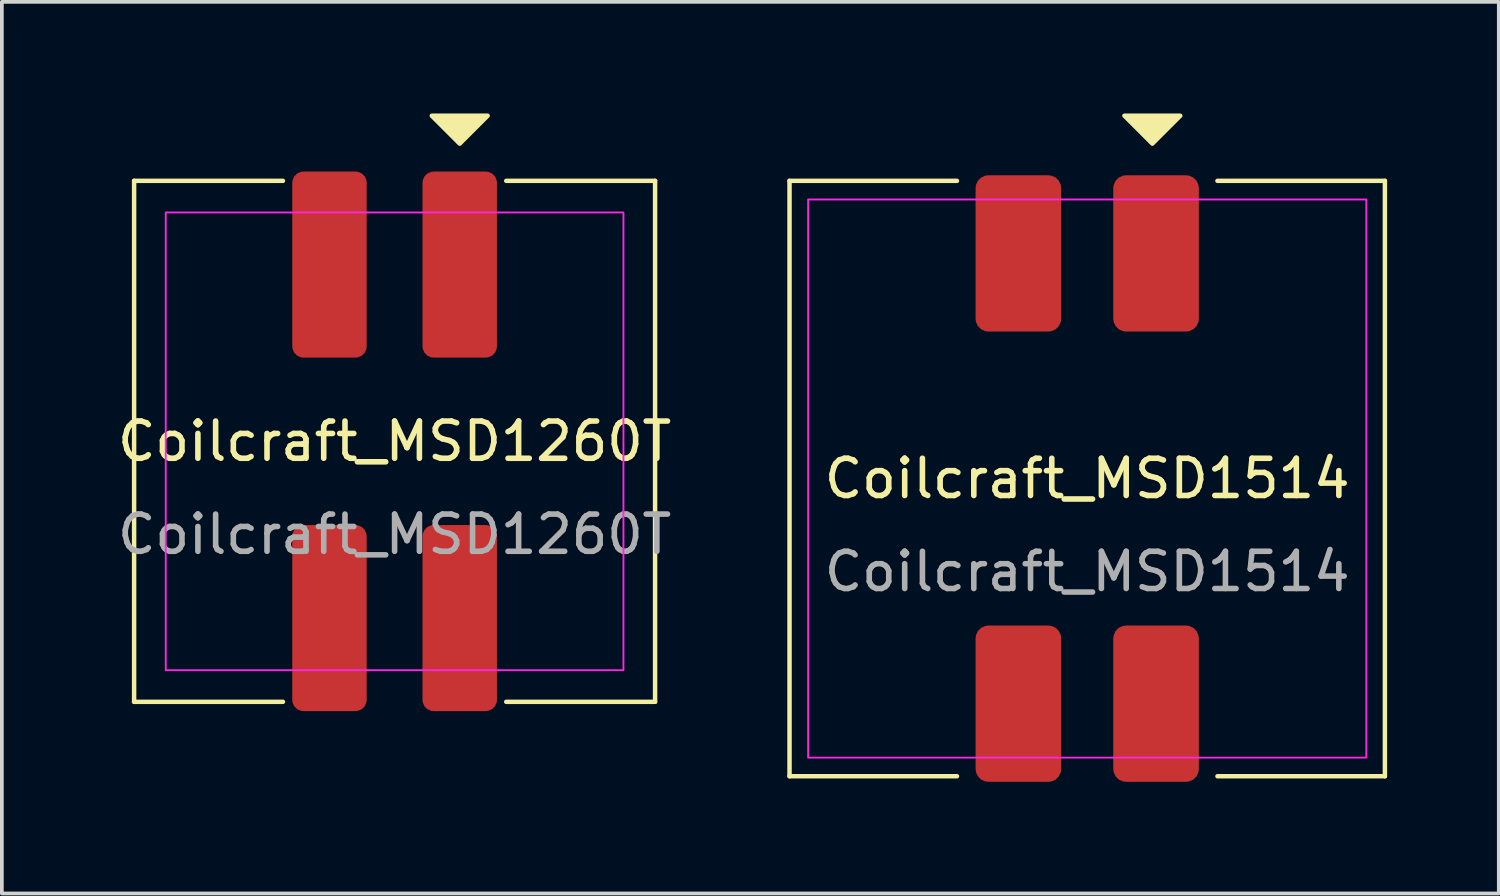
<source format=kicad_pcb>
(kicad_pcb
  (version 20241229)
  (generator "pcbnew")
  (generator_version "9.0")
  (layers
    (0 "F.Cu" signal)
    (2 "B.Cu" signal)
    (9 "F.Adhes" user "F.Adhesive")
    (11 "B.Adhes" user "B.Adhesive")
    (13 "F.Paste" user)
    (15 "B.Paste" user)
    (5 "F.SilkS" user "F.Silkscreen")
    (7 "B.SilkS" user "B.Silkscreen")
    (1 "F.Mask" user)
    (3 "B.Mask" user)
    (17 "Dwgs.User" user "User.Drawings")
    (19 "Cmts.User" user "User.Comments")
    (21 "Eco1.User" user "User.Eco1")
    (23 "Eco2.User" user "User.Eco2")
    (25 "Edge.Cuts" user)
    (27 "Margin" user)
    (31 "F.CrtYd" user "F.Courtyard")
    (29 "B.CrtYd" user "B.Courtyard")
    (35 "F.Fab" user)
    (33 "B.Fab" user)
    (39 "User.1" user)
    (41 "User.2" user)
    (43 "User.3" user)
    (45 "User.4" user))
  (footprint "Coilcraft_MSD1514"
    (layer "F.Cu")
    (at 26.167 9.81)
    (property "Reference" "Coilcraft_MSD1514" (at 0 0 0) (unlocked yes) (layer "F.SilkS") (effects (font (size 1 1) (thickness 0.15))))
    (attr smd)
    (fp_line (start -8 -8) (end -8 8) (stroke (width 0.12) (type default)) (layer "F.SilkS"))
    (fp_line (start -8 8) (end -3.5 8) (stroke (width 0.12) (type default)) (layer "F.SilkS"))
    (fp_line (start -3.5 -8) (end -8 -8) (stroke (width 0.12) (type default)) (layer "F.SilkS"))
    (fp_line (start 3.5 8) (end 8 8) (stroke (width 0.12) (type default)) (layer "F.SilkS"))
    (fp_line (start 8 -8) (end 3.5 -8) (stroke (width 0.12) (type default)) (layer "F.SilkS"))
    (fp_line (start 8 8) (end 8 -8) (stroke (width 0.12) (type default)) (layer "F.SilkS"))
    (fp_poly (pts (xy 1.75 -9) (xy 1 -9.75) (xy 2.5 -9.75)) (stroke (width 0.12) (type solid)) (fill yes) (layer "F.SilkS"))
    (fp_rect (start -7.5 -7.5) (end 7.5 7.5) (stroke (width 0.05) (type default)) (fill no) (layer "F.CrtYd"))
    (fp_text user "${REFERENCE}" (at 0 2.5 0) (unlocked yes) (layer "F.Fab") (effects (font (size 1 1) (thickness 0.15))))
    (pad "1" smd roundrect (at 1.85 -6.05) (size 2.3 4.2) (layers "F.Cu" "F.Mask" "F.Paste") (roundrect_rratio 0.15))
    (pad "2" smd roundrect (at -1.85 -6.05) (size 2.3 4.2) (layers "F.Cu" "F.Mask" "F.Paste") (roundrect_rratio 0.15))
    (pad "3" smd roundrect (at -1.85 6.05) (size 2.3 4.2) (layers "F.Cu" "F.Mask" "F.Paste") (roundrect_rratio 0.15))
    (pad "4" smd roundrect (at 1.85 6.05) (size 2.3 4.2) (layers "F.Cu" "F.Mask" "F.Paste") (roundrect_rratio 0.15)))
  (footprint "Coilcraft_MSD1260T"
    (layer "F.Cu")
    (at 7.554 8.81)
    (property "Reference" "Coilcraft_MSD1260T" (at 0 0 0) (unlocked yes) (layer "F.SilkS") (effects (font (size 1 1) (thickness 0.15))))
    (attr smd)
    (fp_line (start -7 -7) (end -7 7) (stroke (width 0.12) (type default)) (layer "F.SilkS"))
    (fp_line (start -7 7) (end -3 7) (stroke (width 0.12) (type default)) (layer "F.SilkS"))
    (fp_line (start -3 -7) (end -7 -7) (stroke (width 0.12) (type default)) (layer "F.SilkS"))
    (fp_line (start 3 7) (end 7 7) (stroke (width 0.12) (type default)) (layer "F.SilkS"))
    (fp_line (start 7 -7) (end 3 -7) (stroke (width 0.12) (type default)) (layer "F.SilkS"))
    (fp_line (start 7 7) (end 7 -7) (stroke (width 0.12) (type default)) (layer "F.SilkS"))
    (fp_poly (pts (xy 1.75 -8) (xy 1 -8.75) (xy 2.5 -8.75)) (stroke (width 0.12) (type solid)) (fill yes) (layer "F.SilkS"))
    (fp_rect (start -6.15 -6.15) (end 6.15 6.15) (stroke (width 0.05) (type default)) (fill no) (layer "F.CrtYd"))
    (fp_text user "${REFERENCE}" (at 0 2.5 0) (unlocked yes) (layer "F.Fab") (effects (font (size 1 1) (thickness 0.15))))
    (pad "1" smd roundrect (at 1.75 -4.75) (size 2 5) (layers "F.Cu" "F.Mask" "F.Paste") (roundrect_rratio 0.15))
    (pad "2" smd roundrect (at -1.75 -4.75) (size 2 5) (layers "F.Cu" "F.Mask" "F.Paste") (roundrect_rratio 0.15))
    (pad "3" smd roundrect (at -1.75 4.75) (size 2 5) (layers "F.Cu" "F.Mask" "F.Paste") (roundrect_rratio 0.15))
    (pad "4" smd roundrect (at 1.75 4.75) (size 2 5) (layers "F.Cu" "F.Mask" "F.Paste") (roundrect_rratio 0.15)))
  (gr_rect
    (start -3 -3)
    (end 37.227 20.96)
    (stroke (width 0.1) (type default))
    (fill no)
    (layer "Edge.Cuts")))
</source>
